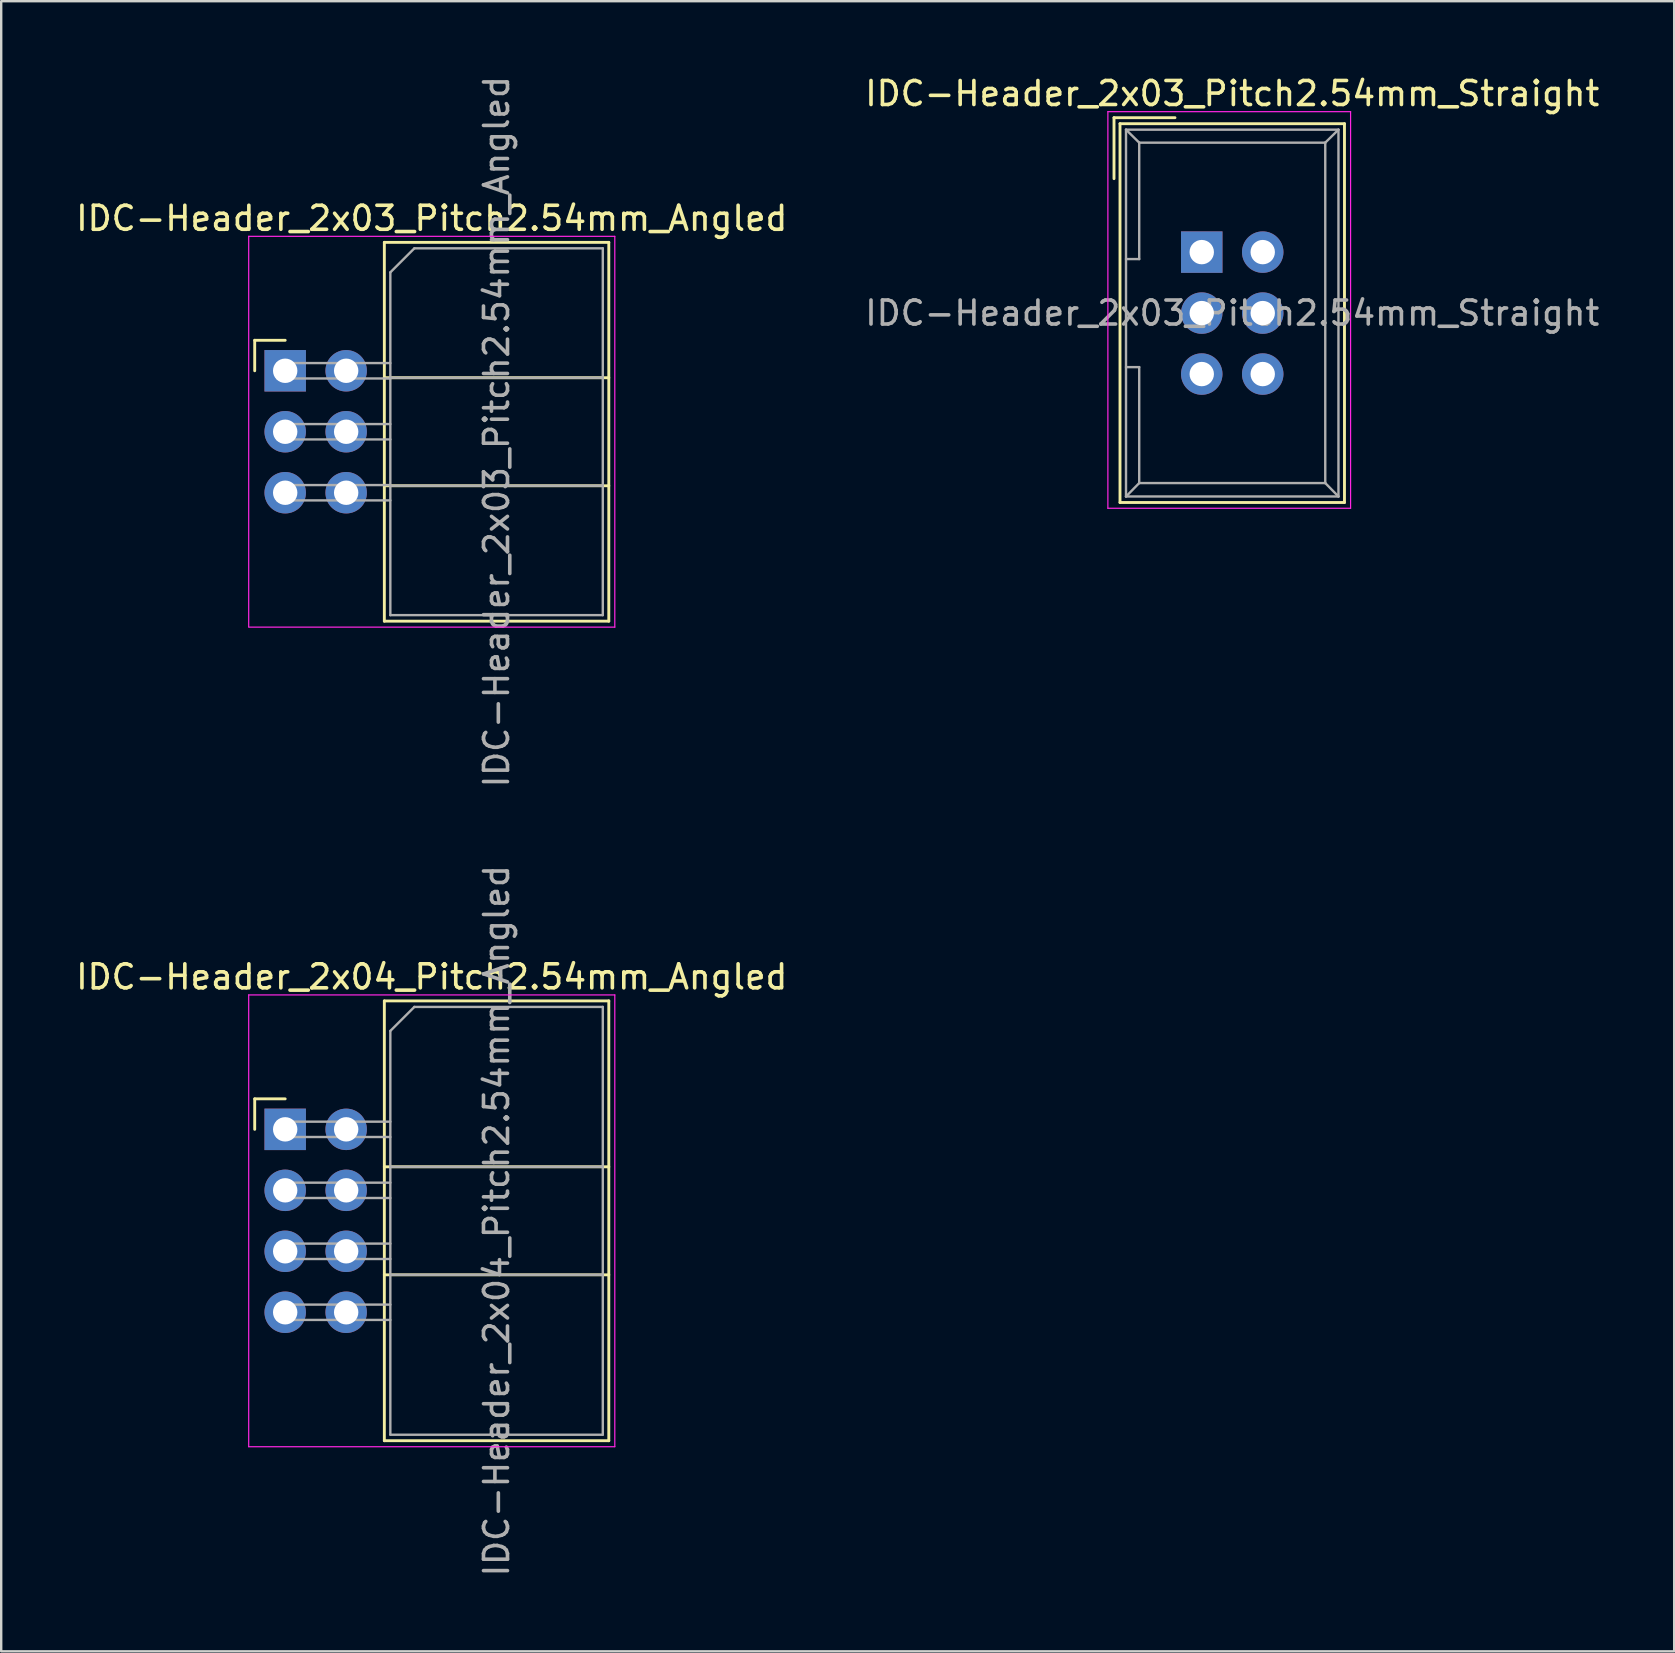
<source format=kicad_pcb>
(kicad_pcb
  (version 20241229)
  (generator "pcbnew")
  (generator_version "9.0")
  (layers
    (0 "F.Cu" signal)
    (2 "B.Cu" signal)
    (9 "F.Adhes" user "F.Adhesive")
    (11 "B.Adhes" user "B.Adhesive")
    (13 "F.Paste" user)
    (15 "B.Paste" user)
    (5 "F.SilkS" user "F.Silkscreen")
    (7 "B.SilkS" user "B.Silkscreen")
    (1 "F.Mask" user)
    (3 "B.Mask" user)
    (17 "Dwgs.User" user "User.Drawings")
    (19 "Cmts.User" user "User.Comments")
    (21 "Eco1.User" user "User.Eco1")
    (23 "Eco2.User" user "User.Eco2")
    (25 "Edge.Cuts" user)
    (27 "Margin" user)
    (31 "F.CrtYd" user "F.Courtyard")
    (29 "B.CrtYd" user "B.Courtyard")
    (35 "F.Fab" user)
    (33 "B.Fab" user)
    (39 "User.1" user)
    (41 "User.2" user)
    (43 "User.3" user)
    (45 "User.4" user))
  (footprint "IDC-Header_2x04_Pitch2.54mm_Angled"
    (layer "F.Cu")
    (at 8.83 43.994)
    (property "Reference" "IDC-Header_2x04_Pitch2.54mm_Angled" (at 6.105 -6.35 0) (layer "F.SilkS") (effects (font (size 1 1) (thickness 0.15))))
    (attr through_hole)
    (fp_line (start -1.27 -1.27) (end -1.27 0) (stroke (width 0.12) (type solid)) (layer "F.SilkS"))
    (fp_line (start 0 -1.27) (end -1.27 -1.27) (stroke (width 0.12) (type solid)) (layer "F.SilkS"))
    (fp_line (start 4.13 -5.35) (end 13.48 -5.35) (stroke (width 0.12) (type solid)) (layer "F.SilkS"))
    (fp_line (start 4.13 1.56) (end 13.48 1.56) (stroke (width 0.12) (type solid)) (layer "F.SilkS"))
    (fp_line (start 4.13 6.06) (end 13.48 6.06) (stroke (width 0.12) (type solid)) (layer "F.SilkS"))
    (fp_line (start 4.13 12.97) (end 4.13 -5.35) (stroke (width 0.12) (type solid)) (layer "F.SilkS"))
    (fp_line (start 4.13 12.97) (end 13.48 12.97) (stroke (width 0.12) (type solid)) (layer "F.SilkS"))
    (fp_line (start 13.48 -5.35) (end 13.48 12.97) (stroke (width 0.12) (type solid)) (layer "F.SilkS"))
    (fp_line (start -1.52 -5.6) (end 13.73 -5.6) (stroke (width 0.05) (type solid)) (layer "F.CrtYd"))
    (fp_line (start -1.52 13.22) (end -1.52 -5.6) (stroke (width 0.05) (type solid)) (layer "F.CrtYd"))
    (fp_line (start 13.73 -5.6) (end 13.73 13.22) (stroke (width 0.05) (type solid)) (layer "F.CrtYd"))
    (fp_line (start 13.73 13.22) (end -1.52 13.22) (stroke (width 0.05) (type solid)) (layer "F.CrtYd"))
    (fp_line (start -0.32 -0.32) (end -0.32 0.32) (stroke (width 0.1) (type solid)) (layer "F.Fab"))
    (fp_line (start -0.32 0.32) (end 4.38 0.32) (stroke (width 0.1) (type solid)) (layer "F.Fab"))
    (fp_line (start -0.32 2.22) (end -0.32 2.86) (stroke (width 0.1) (type solid)) (layer "F.Fab"))
    (fp_line (start -0.32 2.86) (end 4.38 2.86) (stroke (width 0.1) (type solid)) (layer "F.Fab"))
    (fp_line (start -0.32 4.76) (end -0.32 5.4) (stroke (width 0.1) (type solid)) (layer "F.Fab"))
    (fp_line (start -0.32 5.4) (end 4.38 5.4) (stroke (width 0.1) (type solid)) (layer "F.Fab"))
    (fp_line (start -0.32 7.3) (end -0.32 7.94) (stroke (width 0.1) (type solid)) (layer "F.Fab"))
    (fp_line (start -0.32 7.94) (end 4.38 7.94) (stroke (width 0.1) (type solid)) (layer "F.Fab"))
    (fp_line (start 4.38 -4.1) (end 5.38 -5.1) (stroke (width 0.1) (type solid)) (layer "F.Fab"))
    (fp_line (start 4.38 -0.32) (end -0.32 -0.32) (stroke (width 0.1) (type solid)) (layer "F.Fab"))
    (fp_line (start 4.38 1.56) (end 13.23 1.56) (stroke (width 0.1) (type solid)) (layer "F.Fab"))
    (fp_line (start 4.38 2.22) (end -0.32 2.22) (stroke (width 0.1) (type solid)) (layer "F.Fab"))
    (fp_line (start 4.38 4.76) (end -0.32 4.76) (stroke (width 0.1) (type solid)) (layer "F.Fab"))
    (fp_line (start 4.38 6.06) (end 13.23 6.06) (stroke (width 0.1) (type solid)) (layer "F.Fab"))
    (fp_line (start 4.38 7.3) (end -0.32 7.3) (stroke (width 0.1) (type solid)) (layer "F.Fab"))
    (fp_line (start 4.38 12.72) (end 4.38 -4.1) (stroke (width 0.1) (type solid)) (layer "F.Fab"))
    (fp_line (start 4.38 12.72) (end 13.23 12.72) (stroke (width 0.1) (type solid)) (layer "F.Fab"))
    (fp_line (start 5.38 -5.1) (end 13.23 -5.1) (stroke (width 0.1) (type solid)) (layer "F.Fab"))
    (fp_line (start 13.23 12.72) (end 13.23 -5.1) (stroke (width 0.1) (type solid)) (layer "F.Fab"))
    (fp_text user "${REFERENCE}" (at 8.805 3.81 90) (layer "F.Fab") (effects (font (size 1 1) (thickness 0.15))))
    (pad "1" thru_hole rect (at 0 0) (size 1.727 1.727) (drill 1.016) (layers "*.Cu" "*.Mask"))
    (pad "2" thru_hole oval (at 2.54 0) (size 1.727 1.727) (drill 1.016) (layers "*.Cu" "*.Mask"))
    (pad "3" thru_hole oval (at 0 2.54) (size 1.727 1.727) (drill 1.016) (layers "*.Cu" "*.Mask"))
    (pad "4" thru_hole oval (at 2.54 2.54) (size 1.727 1.727) (drill 1.016) (layers "*.Cu" "*.Mask"))
    (pad "5" thru_hole oval (at 0 5.08) (size 1.727 1.727) (drill 1.016) (layers "*.Cu" "*.Mask"))
    (pad "6" thru_hole oval (at 2.54 5.08) (size 1.727 1.727) (drill 1.016) (layers "*.Cu" "*.Mask"))
    (pad "7" thru_hole oval (at 0 7.62) (size 1.727 1.727) (drill 1.016) (layers "*.Cu" "*.Mask"))
    (pad "8" thru_hole oval (at 2.54 7.62) (size 1.727 1.727) (drill 1.016) (layers "*.Cu" "*.Mask")))
  (footprint "IDC-Header_2x03_Pitch2.54mm_Straight"
    (layer "F.Cu")
    (at 47.01 7.452)
    (property "Reference" "IDC-Header_2x03_Pitch2.54mm_Straight" (at 1.27 -6.604 0) (layer "F.SilkS") (effects (font (size 1 1) (thickness 0.15))))
    (attr through_hole)
    (fp_line (start -3.655 -5.6) (end -3.655 -3.06) (stroke (width 0.12) (type solid)) (layer "F.SilkS"))
    (fp_line (start -3.655 -5.6) (end -1.115 -5.6) (stroke (width 0.12) (type solid)) (layer "F.SilkS"))
    (fp_line (start -3.405 -5.35) (end 5.945 -5.35) (stroke (width 0.12) (type solid)) (layer "F.SilkS"))
    (fp_line (start -3.405 10.43) (end -3.405 -5.35) (stroke (width 0.12) (type solid)) (layer "F.SilkS"))
    (fp_line (start 5.945 -5.35) (end 5.945 10.43) (stroke (width 0.12) (type solid)) (layer "F.SilkS"))
    (fp_line (start 5.945 10.43) (end -3.405 10.43) (stroke (width 0.12) (type solid)) (layer "F.SilkS"))
    (fp_line (start -3.91 -5.85) (end 6.2 -5.85) (stroke (width 0.05) (type solid)) (layer "F.CrtYd"))
    (fp_line (start -3.91 10.67) (end -3.91 -5.85) (stroke (width 0.05) (type solid)) (layer "F.CrtYd"))
    (fp_line (start 6.2 -5.85) (end 6.2 10.67) (stroke (width 0.05) (type solid)) (layer "F.CrtYd"))
    (fp_line (start 6.2 10.67) (end -3.91 10.67) (stroke (width 0.05) (type solid)) (layer "F.CrtYd"))
    (fp_line (start -3.155 -5.1) (end -3.155 10.18) (stroke (width 0.1) (type solid)) (layer "F.Fab"))
    (fp_line (start -3.155 -5.1) (end -2.605 -4.56) (stroke (width 0.1) (type solid)) (layer "F.Fab"))
    (fp_line (start -3.155 10.18) (end -2.605 9.62) (stroke (width 0.1) (type solid)) (layer "F.Fab"))
    (fp_line (start -2.605 -4.56) (end -2.605 0.29) (stroke (width 0.1) (type solid)) (layer "F.Fab"))
    (fp_line (start -2.605 0.29) (end -3.155 0.29) (stroke (width 0.1) (type solid)) (layer "F.Fab"))
    (fp_line (start -2.605 4.79) (end -3.155 4.79) (stroke (width 0.1) (type solid)) (layer "F.Fab"))
    (fp_line (start -2.605 4.79) (end -2.605 9.62) (stroke (width 0.1) (type solid)) (layer "F.Fab"))
    (fp_line (start 5.145 -4.56) (end -2.605 -4.56) (stroke (width 0.1) (type solid)) (layer "F.Fab"))
    (fp_line (start 5.145 -4.56) (end 5.145 9.62) (stroke (width 0.1) (type solid)) (layer "F.Fab"))
    (fp_line (start 5.145 9.62) (end -2.605 9.62) (stroke (width 0.1) (type solid)) (layer "F.Fab"))
    (fp_line (start 5.695 -5.1) (end -3.155 -5.1) (stroke (width 0.1) (type solid)) (layer "F.Fab"))
    (fp_line (start 5.695 -5.1) (end 5.145 -4.56) (stroke (width 0.1) (type solid)) (layer "F.Fab"))
    (fp_line (start 5.695 -5.1) (end 5.695 10.18) (stroke (width 0.1) (type solid)) (layer "F.Fab"))
    (fp_line (start 5.695 10.18) (end -3.155 10.18) (stroke (width 0.1) (type solid)) (layer "F.Fab"))
    (fp_line (start 5.695 10.18) (end 5.145 9.62) (stroke (width 0.1) (type solid)) (layer "F.Fab"))
    (fp_text user "${REFERENCE}" (at 1.27 2.54 0) (layer "F.Fab") (effects (font (size 1 1) (thickness 0.15))))
    (pad "1" thru_hole rect (at 0 0) (size 1.727 1.727) (drill 1.016) (layers "*.Cu" "*.Mask"))
    (pad "2" thru_hole oval (at 2.54 0) (size 1.727 1.727) (drill 1.016) (layers "*.Cu" "*.Mask"))
    (pad "3" thru_hole oval (at 0 2.54) (size 1.727 1.727) (drill 1.016) (layers "*.Cu" "*.Mask"))
    (pad "4" thru_hole oval (at 2.54 2.54) (size 1.727 1.727) (drill 1.016) (layers "*.Cu" "*.Mask"))
    (pad "5" thru_hole oval (at 0 5.08) (size 1.727 1.727) (drill 1.016) (layers "*.Cu" "*.Mask"))
    (pad "6" thru_hole oval (at 2.54 5.08) (size 1.727 1.727) (drill 1.016) (layers "*.Cu" "*.Mask")))
  (footprint "IDC-Header_2x03_Pitch2.54mm_Angled"
    (layer "F.Cu")
    (at 8.83 12.395)
    (property "Reference" "IDC-Header_2x03_Pitch2.54mm_Angled" (at 6.105 -6.35 0) (layer "F.SilkS") (effects (font (size 1 1) (thickness 0.15))))
    (attr through_hole)
    (fp_line (start -1.27 -1.27) (end -1.27 0) (stroke (width 0.12) (type solid)) (layer "F.SilkS"))
    (fp_line (start 0 -1.27) (end -1.27 -1.27) (stroke (width 0.12) (type solid)) (layer "F.SilkS"))
    (fp_line (start 4.13 -5.35) (end 13.48 -5.35) (stroke (width 0.12) (type solid)) (layer "F.SilkS"))
    (fp_line (start 4.13 0.29) (end 13.48 0.29) (stroke (width 0.12) (type solid)) (layer "F.SilkS"))
    (fp_line (start 4.13 4.79) (end 13.48 4.79) (stroke (width 0.12) (type solid)) (layer "F.SilkS"))
    (fp_line (start 4.13 10.43) (end 4.13 -5.35) (stroke (width 0.12) (type solid)) (layer "F.SilkS"))
    (fp_line (start 4.13 10.43) (end 13.48 10.43) (stroke (width 0.12) (type solid)) (layer "F.SilkS"))
    (fp_line (start 13.48 -5.35) (end 13.48 10.43) (stroke (width 0.12) (type solid)) (layer "F.SilkS"))
    (fp_line (start -1.52 -5.6) (end 13.73 -5.6) (stroke (width 0.05) (type solid)) (layer "F.CrtYd"))
    (fp_line (start -1.52 10.66) (end -1.52 -5.6) (stroke (width 0.05) (type solid)) (layer "F.CrtYd"))
    (fp_line (start 13.73 -5.6) (end 13.73 10.68) (stroke (width 0.05) (type solid)) (layer "F.CrtYd"))
    (fp_line (start 13.73 10.68) (end -1.52 10.68) (stroke (width 0.05) (type solid)) (layer "F.CrtYd"))
    (fp_line (start -0.32 -0.32) (end -0.32 0.32) (stroke (width 0.1) (type solid)) (layer "F.Fab"))
    (fp_line (start -0.32 0.32) (end 4.38 0.32) (stroke (width 0.1) (type solid)) (layer "F.Fab"))
    (fp_line (start -0.32 2.22) (end -0.32 2.86) (stroke (width 0.1) (type solid)) (layer "F.Fab"))
    (fp_line (start -0.32 2.86) (end 4.38 2.86) (stroke (width 0.1) (type solid)) (layer "F.Fab"))
    (fp_line (start -0.32 4.76) (end -0.32 5.4) (stroke (width 0.1) (type solid)) (layer "F.Fab"))
    (fp_line (start -0.32 5.4) (end 4.38 5.4) (stroke (width 0.1) (type solid)) (layer "F.Fab"))
    (fp_line (start 4.38 -4.1) (end 5.38 -5.1) (stroke (width 0.1) (type solid)) (layer "F.Fab"))
    (fp_line (start 4.38 -0.32) (end -0.32 -0.32) (stroke (width 0.1) (type solid)) (layer "F.Fab"))
    (fp_line (start 4.38 0.29) (end 13.23 0.29) (stroke (width 0.1) (type solid)) (layer "F.Fab"))
    (fp_line (start 4.38 2.22) (end -0.32 2.22) (stroke (width 0.1) (type solid)) (layer "F.Fab"))
    (fp_line (start 4.38 4.76) (end -0.32 4.76) (stroke (width 0.1) (type solid)) (layer "F.Fab"))
    (fp_line (start 4.38 4.79) (end 13.23 4.79) (stroke (width 0.1) (type solid)) (layer "F.Fab"))
    (fp_line (start 4.38 10.18) (end 4.38 -4.1) (stroke (width 0.1) (type solid)) (layer "F.Fab"))
    (fp_line (start 4.38 10.18) (end 13.23 10.18) (stroke (width 0.1) (type solid)) (layer "F.Fab"))
    (fp_line (start 5.38 -5.1) (end 13.23 -5.1) (stroke (width 0.1) (type solid)) (layer "F.Fab"))
    (fp_line (start 13.23 10.18) (end 13.23 -5.1) (stroke (width 0.1) (type solid)) (layer "F.Fab"))
    (fp_text user "${REFERENCE}" (at 8.805 2.54 90) (layer "F.Fab") (effects (font (size 1 1) (thickness 0.15))))
    (pad "1" thru_hole rect (at 0 0) (size 1.727 1.727) (drill 1.016) (layers "*.Cu" "*.Mask"))
    (pad "2" thru_hole oval (at 2.54 0) (size 1.727 1.727) (drill 1.016) (layers "*.Cu" "*.Mask"))
    (pad "3" thru_hole oval (at 0 2.54) (size 1.727 1.727) (drill 1.016) (layers "*.Cu" "*.Mask"))
    (pad "4" thru_hole oval (at 2.54 2.54) (size 1.727 1.727) (drill 1.016) (layers "*.Cu" "*.Mask"))
    (pad "5" thru_hole oval (at 0 5.08) (size 1.727 1.727) (drill 1.016) (layers "*.Cu" "*.Mask"))
    (pad "6" thru_hole oval (at 2.54 5.08) (size 1.727 1.727) (drill 1.016) (layers "*.Cu" "*.Mask")))
  (gr_rect
    (start -3 -3)
    (end 66.69 65.738)
    (stroke (width 0.1) (type default))
    (fill no)
    (layer "Edge.Cuts")))
</source>
